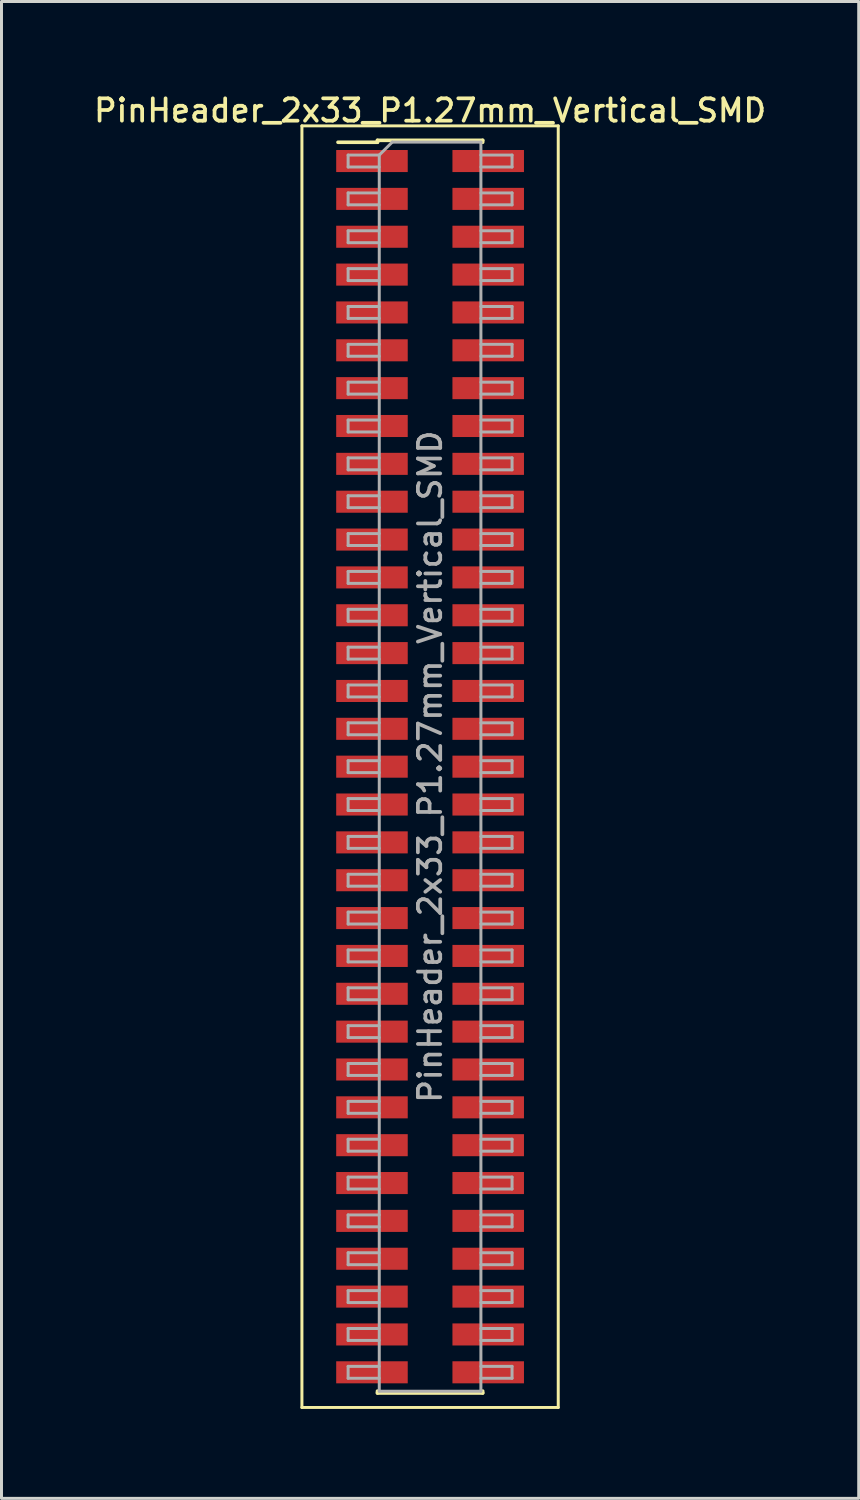
<source format=kicad_pcb>
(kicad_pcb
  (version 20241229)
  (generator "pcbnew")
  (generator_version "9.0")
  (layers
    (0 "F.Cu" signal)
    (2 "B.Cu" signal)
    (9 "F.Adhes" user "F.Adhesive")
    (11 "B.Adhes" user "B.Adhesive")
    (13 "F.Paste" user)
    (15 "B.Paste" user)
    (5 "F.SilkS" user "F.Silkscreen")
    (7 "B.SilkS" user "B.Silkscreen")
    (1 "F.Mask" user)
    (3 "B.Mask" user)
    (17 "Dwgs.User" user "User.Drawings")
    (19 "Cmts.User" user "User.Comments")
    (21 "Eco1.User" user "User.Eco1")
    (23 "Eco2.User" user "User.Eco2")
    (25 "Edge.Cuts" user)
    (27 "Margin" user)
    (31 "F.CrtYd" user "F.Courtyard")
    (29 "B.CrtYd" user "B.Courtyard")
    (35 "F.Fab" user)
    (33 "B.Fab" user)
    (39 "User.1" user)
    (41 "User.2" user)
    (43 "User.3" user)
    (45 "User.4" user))
  (footprint "PinHeader_2x33_P1.27mm_Vertical_SMD"
    (layer "F.Cu")
    (at 11.38 22.673)
    (property "Reference" "PinHeader_2x33_P1.27mm_Vertical_SMD" (at 0 -22.015 0) (layer "F.SilkS") (effects (font (size 0.75 0.75) (thickness 0.125))))
    (attr smd)
    (fp_line (start -4.3 -21.5) (end -4.3 21.5) (stroke (width 0.1) (type solid)) (layer "F.SilkS"))
    (fp_line (start -4.3 21.5) (end 4.3 21.5) (stroke (width 0.1) (type solid)) (layer "F.SilkS"))
    (fp_line (start -3.09 -20.95) (end -1.765 -20.95) (stroke (width 0.12) (type solid)) (layer "F.SilkS"))
    (fp_line (start -1.765 -21.015) (end -1.765 -20.95) (stroke (width 0.12) (type solid)) (layer "F.SilkS"))
    (fp_line (start -1.765 -21.015) (end 1.765 -21.015) (stroke (width 0.12) (type solid)) (layer "F.SilkS"))
    (fp_line (start -1.765 20.95) (end -1.765 21.015) (stroke (width 0.12) (type solid)) (layer "F.SilkS"))
    (fp_line (start -1.765 21.015) (end 1.765 21.015) (stroke (width 0.12) (type solid)) (layer "F.SilkS"))
    (fp_line (start 1.765 -21.015) (end 1.765 -20.95) (stroke (width 0.12) (type solid)) (layer "F.SilkS"))
    (fp_line (start 1.765 20.95) (end 1.765 21.015) (stroke (width 0.12) (type solid)) (layer "F.SilkS"))
    (fp_line (start 4.3 -21.5) (end -4.3 -21.5) (stroke (width 0.1) (type solid)) (layer "F.SilkS"))
    (fp_line (start 4.3 21.5) (end 4.3 -21.5) (stroke (width 0.1) (type solid)) (layer "F.SilkS"))
    (fp_line (start -2.75 -20.52) (end -2.75 -20.12) (stroke (width 0.1) (type solid)) (layer "F.Fab"))
    (fp_line (start -2.75 -20.12) (end -1.705 -20.12) (stroke (width 0.1) (type solid)) (layer "F.Fab"))
    (fp_line (start -2.75 -19.25) (end -2.75 -18.85) (stroke (width 0.1) (type solid)) (layer "F.Fab"))
    (fp_line (start -2.75 -18.85) (end -1.705 -18.85) (stroke (width 0.1) (type solid)) (layer "F.Fab"))
    (fp_line (start -2.75 -17.98) (end -2.75 -17.58) (stroke (width 0.1) (type solid)) (layer "F.Fab"))
    (fp_line (start -2.75 -17.58) (end -1.705 -17.58) (stroke (width 0.1) (type solid)) (layer "F.Fab"))
    (fp_line (start -2.75 -16.71) (end -2.75 -16.31) (stroke (width 0.1) (type solid)) (layer "F.Fab"))
    (fp_line (start -2.75 -16.31) (end -1.705 -16.31) (stroke (width 0.1) (type solid)) (layer "F.Fab"))
    (fp_line (start -2.75 -15.44) (end -2.75 -15.04) (stroke (width 0.1) (type solid)) (layer "F.Fab"))
    (fp_line (start -2.75 -15.04) (end -1.705 -15.04) (stroke (width 0.1) (type solid)) (layer "F.Fab"))
    (fp_line (start -2.75 -14.17) (end -2.75 -13.77) (stroke (width 0.1) (type solid)) (layer "F.Fab"))
    (fp_line (start -2.75 -13.77) (end -1.705 -13.77) (stroke (width 0.1) (type solid)) (layer "F.Fab"))
    (fp_line (start -2.75 -12.9) (end -2.75 -12.5) (stroke (width 0.1) (type solid)) (layer "F.Fab"))
    (fp_line (start -2.75 -12.5) (end -1.705 -12.5) (stroke (width 0.1) (type solid)) (layer "F.Fab"))
    (fp_line (start -2.75 -11.63) (end -2.75 -11.23) (stroke (width 0.1) (type solid)) (layer "F.Fab"))
    (fp_line (start -2.75 -11.23) (end -1.705 -11.23) (stroke (width 0.1) (type solid)) (layer "F.Fab"))
    (fp_line (start -2.75 -10.36) (end -2.75 -9.96) (stroke (width 0.1) (type solid)) (layer "F.Fab"))
    (fp_line (start -2.75 -9.96) (end -1.705 -9.96) (stroke (width 0.1) (type solid)) (layer "F.Fab"))
    (fp_line (start -2.75 -9.09) (end -2.75 -8.69) (stroke (width 0.1) (type solid)) (layer "F.Fab"))
    (fp_line (start -2.75 -8.69) (end -1.705 -8.69) (stroke (width 0.1) (type solid)) (layer "F.Fab"))
    (fp_line (start -2.75 -7.82) (end -2.75 -7.42) (stroke (width 0.1) (type solid)) (layer "F.Fab"))
    (fp_line (start -2.75 -7.42) (end -1.705 -7.42) (stroke (width 0.1) (type solid)) (layer "F.Fab"))
    (fp_line (start -2.75 -6.55) (end -2.75 -6.15) (stroke (width 0.1) (type solid)) (layer "F.Fab"))
    (fp_line (start -2.75 -6.15) (end -1.705 -6.15) (stroke (width 0.1) (type solid)) (layer "F.Fab"))
    (fp_line (start -2.75 -5.28) (end -2.75 -4.88) (stroke (width 0.1) (type solid)) (layer "F.Fab"))
    (fp_line (start -2.75 -4.88) (end -1.705 -4.88) (stroke (width 0.1) (type solid)) (layer "F.Fab"))
    (fp_line (start -2.75 -4.01) (end -2.75 -3.61) (stroke (width 0.1) (type solid)) (layer "F.Fab"))
    (fp_line (start -2.75 -3.61) (end -1.705 -3.61) (stroke (width 0.1) (type solid)) (layer "F.Fab"))
    (fp_line (start -2.75 -2.74) (end -2.75 -2.34) (stroke (width 0.1) (type solid)) (layer "F.Fab"))
    (fp_line (start -2.75 -2.34) (end -1.705 -2.34) (stroke (width 0.1) (type solid)) (layer "F.Fab"))
    (fp_line (start -2.75 -1.47) (end -2.75 -1.07) (stroke (width 0.1) (type solid)) (layer "F.Fab"))
    (fp_line (start -2.75 -1.07) (end -1.705 -1.07) (stroke (width 0.1) (type solid)) (layer "F.Fab"))
    (fp_line (start -2.75 -0.2) (end -2.75 0.2) (stroke (width 0.1) (type solid)) (layer "F.Fab"))
    (fp_line (start -2.75 0.2) (end -1.705 0.2) (stroke (width 0.1) (type solid)) (layer "F.Fab"))
    (fp_line (start -2.75 1.07) (end -2.75 1.47) (stroke (width 0.1) (type solid)) (layer "F.Fab"))
    (fp_line (start -2.75 1.47) (end -1.705 1.47) (stroke (width 0.1) (type solid)) (layer "F.Fab"))
    (fp_line (start -2.75 2.34) (end -2.75 2.74) (stroke (width 0.1) (type solid)) (layer "F.Fab"))
    (fp_line (start -2.75 2.74) (end -1.705 2.74) (stroke (width 0.1) (type solid)) (layer "F.Fab"))
    (fp_line (start -2.75 3.61) (end -2.75 4.01) (stroke (width 0.1) (type solid)) (layer "F.Fab"))
    (fp_line (start -2.75 4.01) (end -1.705 4.01) (stroke (width 0.1) (type solid)) (layer "F.Fab"))
    (fp_line (start -2.75 4.88) (end -2.75 5.28) (stroke (width 0.1) (type solid)) (layer "F.Fab"))
    (fp_line (start -2.75 5.28) (end -1.705 5.28) (stroke (width 0.1) (type solid)) (layer "F.Fab"))
    (fp_line (start -2.75 6.15) (end -2.75 6.55) (stroke (width 0.1) (type solid)) (layer "F.Fab"))
    (fp_line (start -2.75 6.55) (end -1.705 6.55) (stroke (width 0.1) (type solid)) (layer "F.Fab"))
    (fp_line (start -2.75 7.42) (end -2.75 7.82) (stroke (width 0.1) (type solid)) (layer "F.Fab"))
    (fp_line (start -2.75 7.82) (end -1.705 7.82) (stroke (width 0.1) (type solid)) (layer "F.Fab"))
    (fp_line (start -2.75 8.69) (end -2.75 9.09) (stroke (width 0.1) (type solid)) (layer "F.Fab"))
    (fp_line (start -2.75 9.09) (end -1.705 9.09) (stroke (width 0.1) (type solid)) (layer "F.Fab"))
    (fp_line (start -2.75 9.96) (end -2.75 10.36) (stroke (width 0.1) (type solid)) (layer "F.Fab"))
    (fp_line (start -2.75 10.36) (end -1.705 10.36) (stroke (width 0.1) (type solid)) (layer "F.Fab"))
    (fp_line (start -2.75 11.23) (end -2.75 11.63) (stroke (width 0.1) (type solid)) (layer "F.Fab"))
    (fp_line (start -2.75 11.63) (end -1.705 11.63) (stroke (width 0.1) (type solid)) (layer "F.Fab"))
    (fp_line (start -2.75 12.5) (end -2.75 12.9) (stroke (width 0.1) (type solid)) (layer "F.Fab"))
    (fp_line (start -2.75 12.9) (end -1.705 12.9) (stroke (width 0.1) (type solid)) (layer "F.Fab"))
    (fp_line (start -2.75 13.77) (end -2.75 14.17) (stroke (width 0.1) (type solid)) (layer "F.Fab"))
    (fp_line (start -2.75 14.17) (end -1.705 14.17) (stroke (width 0.1) (type solid)) (layer "F.Fab"))
    (fp_line (start -2.75 15.04) (end -2.75 15.44) (stroke (width 0.1) (type solid)) (layer "F.Fab"))
    (fp_line (start -2.75 15.44) (end -1.705 15.44) (stroke (width 0.1) (type solid)) (layer "F.Fab"))
    (fp_line (start -2.75 16.31) (end -2.75 16.71) (stroke (width 0.1) (type solid)) (layer "F.Fab"))
    (fp_line (start -2.75 16.71) (end -1.705 16.71) (stroke (width 0.1) (type solid)) (layer "F.Fab"))
    (fp_line (start -2.75 17.58) (end -2.75 17.98) (stroke (width 0.1) (type solid)) (layer "F.Fab"))
    (fp_line (start -2.75 17.98) (end -1.705 17.98) (stroke (width 0.1) (type solid)) (layer "F.Fab"))
    (fp_line (start -2.75 18.85) (end -2.75 19.25) (stroke (width 0.1) (type solid)) (layer "F.Fab"))
    (fp_line (start -2.75 19.25) (end -1.705 19.25) (stroke (width 0.1) (type solid)) (layer "F.Fab"))
    (fp_line (start -2.75 20.12) (end -2.75 20.52) (stroke (width 0.1) (type solid)) (layer "F.Fab"))
    (fp_line (start -2.75 20.52) (end -1.705 20.52) (stroke (width 0.1) (type solid)) (layer "F.Fab"))
    (fp_line (start -1.705 -20.52) (end -2.75 -20.52) (stroke (width 0.1) (type solid)) (layer "F.Fab"))
    (fp_line (start -1.705 -20.52) (end -1.27 -20.955) (stroke (width 0.1) (type solid)) (layer "F.Fab"))
    (fp_line (start -1.705 -19.25) (end -2.75 -19.25) (stroke (width 0.1) (type solid)) (layer "F.Fab"))
    (fp_line (start -1.705 -17.98) (end -2.75 -17.98) (stroke (width 0.1) (type solid)) (layer "F.Fab"))
    (fp_line (start -1.705 -16.71) (end -2.75 -16.71) (stroke (width 0.1) (type solid)) (layer "F.Fab"))
    (fp_line (start -1.705 -15.44) (end -2.75 -15.44) (stroke (width 0.1) (type solid)) (layer "F.Fab"))
    (fp_line (start -1.705 -14.17) (end -2.75 -14.17) (stroke (width 0.1) (type solid)) (layer "F.Fab"))
    (fp_line (start -1.705 -12.9) (end -2.75 -12.9) (stroke (width 0.1) (type solid)) (layer "F.Fab"))
    (fp_line (start -1.705 -11.63) (end -2.75 -11.63) (stroke (width 0.1) (type solid)) (layer "F.Fab"))
    (fp_line (start -1.705 -10.36) (end -2.75 -10.36) (stroke (width 0.1) (type solid)) (layer "F.Fab"))
    (fp_line (start -1.705 -9.09) (end -2.75 -9.09) (stroke (width 0.1) (type solid)) (layer "F.Fab"))
    (fp_line (start -1.705 -7.82) (end -2.75 -7.82) (stroke (width 0.1) (type solid)) (layer "F.Fab"))
    (fp_line (start -1.705 -6.55) (end -2.75 -6.55) (stroke (width 0.1) (type solid)) (layer "F.Fab"))
    (fp_line (start -1.705 -5.28) (end -2.75 -5.28) (stroke (width 0.1) (type solid)) (layer "F.Fab"))
    (fp_line (start -1.705 -4.01) (end -2.75 -4.01) (stroke (width 0.1) (type solid)) (layer "F.Fab"))
    (fp_line (start -1.705 -2.74) (end -2.75 -2.74) (stroke (width 0.1) (type solid)) (layer "F.Fab"))
    (fp_line (start -1.705 -1.47) (end -2.75 -1.47) (stroke (width 0.1) (type solid)) (layer "F.Fab"))
    (fp_line (start -1.705 -0.2) (end -2.75 -0.2) (stroke (width 0.1) (type solid)) (layer "F.Fab"))
    (fp_line (start -1.705 1.07) (end -2.75 1.07) (stroke (width 0.1) (type solid)) (layer "F.Fab"))
    (fp_line (start -1.705 2.34) (end -2.75 2.34) (stroke (width 0.1) (type solid)) (layer "F.Fab"))
    (fp_line (start -1.705 3.61) (end -2.75 3.61) (stroke (width 0.1) (type solid)) (layer "F.Fab"))
    (fp_line (start -1.705 4.88) (end -2.75 4.88) (stroke (width 0.1) (type solid)) (layer "F.Fab"))
    (fp_line (start -1.705 6.15) (end -2.75 6.15) (stroke (width 0.1) (type solid)) (layer "F.Fab"))
    (fp_line (start -1.705 7.42) (end -2.75 7.42) (stroke (width 0.1) (type solid)) (layer "F.Fab"))
    (fp_line (start -1.705 8.69) (end -2.75 8.69) (stroke (width 0.1) (type solid)) (layer "F.Fab"))
    (fp_line (start -1.705 9.96) (end -2.75 9.96) (stroke (width 0.1) (type solid)) (layer "F.Fab"))
    (fp_line (start -1.705 11.23) (end -2.75 11.23) (stroke (width 0.1) (type solid)) (layer "F.Fab"))
    (fp_line (start -1.705 12.5) (end -2.75 12.5) (stroke (width 0.1) (type solid)) (layer "F.Fab"))
    (fp_line (start -1.705 13.77) (end -2.75 13.77) (stroke (width 0.1) (type solid)) (layer "F.Fab"))
    (fp_line (start -1.705 15.04) (end -2.75 15.04) (stroke (width 0.1) (type solid)) (layer "F.Fab"))
    (fp_line (start -1.705 16.31) (end -2.75 16.31) (stroke (width 0.1) (type solid)) (layer "F.Fab"))
    (fp_line (start -1.705 17.58) (end -2.75 17.58) (stroke (width 0.1) (type solid)) (layer "F.Fab"))
    (fp_line (start -1.705 18.85) (end -2.75 18.85) (stroke (width 0.1) (type solid)) (layer "F.Fab"))
    (fp_line (start -1.705 20.12) (end -2.75 20.12) (stroke (width 0.1) (type solid)) (layer "F.Fab"))
    (fp_line (start -1.705 20.955) (end -1.705 -20.52) (stroke (width 0.1) (type solid)) (layer "F.Fab"))
    (fp_line (start -1.27 -20.955) (end 1.705 -20.955) (stroke (width 0.1) (type solid)) (layer "F.Fab"))
    (fp_line (start 1.705 -20.955) (end 1.705 20.955) (stroke (width 0.1) (type solid)) (layer "F.Fab"))
    (fp_line (start 1.705 -20.52) (end 2.75 -20.52) (stroke (width 0.1) (type solid)) (layer "F.Fab"))
    (fp_line (start 1.705 -19.25) (end 2.75 -19.25) (stroke (width 0.1) (type solid)) (layer "F.Fab"))
    (fp_line (start 1.705 -17.98) (end 2.75 -17.98) (stroke (width 0.1) (type solid)) (layer "F.Fab"))
    (fp_line (start 1.705 -16.71) (end 2.75 -16.71) (stroke (width 0.1) (type solid)) (layer "F.Fab"))
    (fp_line (start 1.705 -15.44) (end 2.75 -15.44) (stroke (width 0.1) (type solid)) (layer "F.Fab"))
    (fp_line (start 1.705 -14.17) (end 2.75 -14.17) (stroke (width 0.1) (type solid)) (layer "F.Fab"))
    (fp_line (start 1.705 -12.9) (end 2.75 -12.9) (stroke (width 0.1) (type solid)) (layer "F.Fab"))
    (fp_line (start 1.705 -11.63) (end 2.75 -11.63) (stroke (width 0.1) (type solid)) (layer "F.Fab"))
    (fp_line (start 1.705 -10.36) (end 2.75 -10.36) (stroke (width 0.1) (type solid)) (layer "F.Fab"))
    (fp_line (start 1.705 -9.09) (end 2.75 -9.09) (stroke (width 0.1) (type solid)) (layer "F.Fab"))
    (fp_line (start 1.705 -7.82) (end 2.75 -7.82) (stroke (width 0.1) (type solid)) (layer "F.Fab"))
    (fp_line (start 1.705 -6.55) (end 2.75 -6.55) (stroke (width 0.1) (type solid)) (layer "F.Fab"))
    (fp_line (start 1.705 -5.28) (end 2.75 -5.28) (stroke (width 0.1) (type solid)) (layer "F.Fab"))
    (fp_line (start 1.705 -4.01) (end 2.75 -4.01) (stroke (width 0.1) (type solid)) (layer "F.Fab"))
    (fp_line (start 1.705 -2.74) (end 2.75 -2.74) (stroke (width 0.1) (type solid)) (layer "F.Fab"))
    (fp_line (start 1.705 -1.47) (end 2.75 -1.47) (stroke (width 0.1) (type solid)) (layer "F.Fab"))
    (fp_line (start 1.705 -0.2) (end 2.75 -0.2) (stroke (width 0.1) (type solid)) (layer "F.Fab"))
    (fp_line (start 1.705 1.07) (end 2.75 1.07) (stroke (width 0.1) (type solid)) (layer "F.Fab"))
    (fp_line (start 1.705 2.34) (end 2.75 2.34) (stroke (width 0.1) (type solid)) (layer "F.Fab"))
    (fp_line (start 1.705 3.61) (end 2.75 3.61) (stroke (width 0.1) (type solid)) (layer "F.Fab"))
    (fp_line (start 1.705 4.88) (end 2.75 4.88) (stroke (width 0.1) (type solid)) (layer "F.Fab"))
    (fp_line (start 1.705 6.15) (end 2.75 6.15) (stroke (width 0.1) (type solid)) (layer "F.Fab"))
    (fp_line (start 1.705 7.42) (end 2.75 7.42) (stroke (width 0.1) (type solid)) (layer "F.Fab"))
    (fp_line (start 1.705 8.69) (end 2.75 8.69) (stroke (width 0.1) (type solid)) (layer "F.Fab"))
    (fp_line (start 1.705 9.96) (end 2.75 9.96) (stroke (width 0.1) (type solid)) (layer "F.Fab"))
    (fp_line (start 1.705 11.23) (end 2.75 11.23) (stroke (width 0.1) (type solid)) (layer "F.Fab"))
    (fp_line (start 1.705 12.5) (end 2.75 12.5) (stroke (width 0.1) (type solid)) (layer "F.Fab"))
    (fp_line (start 1.705 13.77) (end 2.75 13.77) (stroke (width 0.1) (type solid)) (layer "F.Fab"))
    (fp_line (start 1.705 15.04) (end 2.75 15.04) (stroke (width 0.1) (type solid)) (layer "F.Fab"))
    (fp_line (start 1.705 16.31) (end 2.75 16.31) (stroke (width 0.1) (type solid)) (layer "F.Fab"))
    (fp_line (start 1.705 17.58) (end 2.75 17.58) (stroke (width 0.1) (type solid)) (layer "F.Fab"))
    (fp_line (start 1.705 18.85) (end 2.75 18.85) (stroke (width 0.1) (type solid)) (layer "F.Fab"))
    (fp_line (start 1.705 20.12) (end 2.75 20.12) (stroke (width 0.1) (type solid)) (layer "F.Fab"))
    (fp_line (start 1.705 20.955) (end -1.705 20.955) (stroke (width 0.1) (type solid)) (layer "F.Fab"))
    (fp_line (start 2.75 -20.52) (end 2.75 -20.12) (stroke (width 0.1) (type solid)) (layer "F.Fab"))
    (fp_line (start 2.75 -20.12) (end 1.705 -20.12) (stroke (width 0.1) (type solid)) (layer "F.Fab"))
    (fp_line (start 2.75 -19.25) (end 2.75 -18.85) (stroke (width 0.1) (type solid)) (layer "F.Fab"))
    (fp_line (start 2.75 -18.85) (end 1.705 -18.85) (stroke (width 0.1) (type solid)) (layer "F.Fab"))
    (fp_line (start 2.75 -17.98) (end 2.75 -17.58) (stroke (width 0.1) (type solid)) (layer "F.Fab"))
    (fp_line (start 2.75 -17.58) (end 1.705 -17.58) (stroke (width 0.1) (type solid)) (layer "F.Fab"))
    (fp_line (start 2.75 -16.71) (end 2.75 -16.31) (stroke (width 0.1) (type solid)) (layer "F.Fab"))
    (fp_line (start 2.75 -16.31) (end 1.705 -16.31) (stroke (width 0.1) (type solid)) (layer "F.Fab"))
    (fp_line (start 2.75 -15.44) (end 2.75 -15.04) (stroke (width 0.1) (type solid)) (layer "F.Fab"))
    (fp_line (start 2.75 -15.04) (end 1.705 -15.04) (stroke (width 0.1) (type solid)) (layer "F.Fab"))
    (fp_line (start 2.75 -14.17) (end 2.75 -13.77) (stroke (width 0.1) (type solid)) (layer "F.Fab"))
    (fp_line (start 2.75 -13.77) (end 1.705 -13.77) (stroke (width 0.1) (type solid)) (layer "F.Fab"))
    (fp_line (start 2.75 -12.9) (end 2.75 -12.5) (stroke (width 0.1) (type solid)) (layer "F.Fab"))
    (fp_line (start 2.75 -12.5) (end 1.705 -12.5) (stroke (width 0.1) (type solid)) (layer "F.Fab"))
    (fp_line (start 2.75 -11.63) (end 2.75 -11.23) (stroke (width 0.1) (type solid)) (layer "F.Fab"))
    (fp_line (start 2.75 -11.23) (end 1.705 -11.23) (stroke (width 0.1) (type solid)) (layer "F.Fab"))
    (fp_line (start 2.75 -10.36) (end 2.75 -9.96) (stroke (width 0.1) (type solid)) (layer "F.Fab"))
    (fp_line (start 2.75 -9.96) (end 1.705 -9.96) (stroke (width 0.1) (type solid)) (layer "F.Fab"))
    (fp_line (start 2.75 -9.09) (end 2.75 -8.69) (stroke (width 0.1) (type solid)) (layer "F.Fab"))
    (fp_line (start 2.75 -8.69) (end 1.705 -8.69) (stroke (width 0.1) (type solid)) (layer "F.Fab"))
    (fp_line (start 2.75 -7.82) (end 2.75 -7.42) (stroke (width 0.1) (type solid)) (layer "F.Fab"))
    (fp_line (start 2.75 -7.42) (end 1.705 -7.42) (stroke (width 0.1) (type solid)) (layer "F.Fab"))
    (fp_line (start 2.75 -6.55) (end 2.75 -6.15) (stroke (width 0.1) (type solid)) (layer "F.Fab"))
    (fp_line (start 2.75 -6.15) (end 1.705 -6.15) (stroke (width 0.1) (type solid)) (layer "F.Fab"))
    (fp_line (start 2.75 -5.28) (end 2.75 -4.88) (stroke (width 0.1) (type solid)) (layer "F.Fab"))
    (fp_line (start 2.75 -4.88) (end 1.705 -4.88) (stroke (width 0.1) (type solid)) (layer "F.Fab"))
    (fp_line (start 2.75 -4.01) (end 2.75 -3.61) (stroke (width 0.1) (type solid)) (layer "F.Fab"))
    (fp_line (start 2.75 -3.61) (end 1.705 -3.61) (stroke (width 0.1) (type solid)) (layer "F.Fab"))
    (fp_line (start 2.75 -2.74) (end 2.75 -2.34) (stroke (width 0.1) (type solid)) (layer "F.Fab"))
    (fp_line (start 2.75 -2.34) (end 1.705 -2.34) (stroke (width 0.1) (type solid)) (layer "F.Fab"))
    (fp_line (start 2.75 -1.47) (end 2.75 -1.07) (stroke (width 0.1) (type solid)) (layer "F.Fab"))
    (fp_line (start 2.75 -1.07) (end 1.705 -1.07) (stroke (width 0.1) (type solid)) (layer "F.Fab"))
    (fp_line (start 2.75 -0.2) (end 2.75 0.2) (stroke (width 0.1) (type solid)) (layer "F.Fab"))
    (fp_line (start 2.75 0.2) (end 1.705 0.2) (stroke (width 0.1) (type solid)) (layer "F.Fab"))
    (fp_line (start 2.75 1.07) (end 2.75 1.47) (stroke (width 0.1) (type solid)) (layer "F.Fab"))
    (fp_line (start 2.75 1.47) (end 1.705 1.47) (stroke (width 0.1) (type solid)) (layer "F.Fab"))
    (fp_line (start 2.75 2.34) (end 2.75 2.74) (stroke (width 0.1) (type solid)) (layer "F.Fab"))
    (fp_line (start 2.75 2.74) (end 1.705 2.74) (stroke (width 0.1) (type solid)) (layer "F.Fab"))
    (fp_line (start 2.75 3.61) (end 2.75 4.01) (stroke (width 0.1) (type solid)) (layer "F.Fab"))
    (fp_line (start 2.75 4.01) (end 1.705 4.01) (stroke (width 0.1) (type solid)) (layer "F.Fab"))
    (fp_line (start 2.75 4.88) (end 2.75 5.28) (stroke (width 0.1) (type solid)) (layer "F.Fab"))
    (fp_line (start 2.75 5.28) (end 1.705 5.28) (stroke (width 0.1) (type solid)) (layer "F.Fab"))
    (fp_line (start 2.75 6.15) (end 2.75 6.55) (stroke (width 0.1) (type solid)) (layer "F.Fab"))
    (fp_line (start 2.75 6.55) (end 1.705 6.55) (stroke (width 0.1) (type solid)) (layer "F.Fab"))
    (fp_line (start 2.75 7.42) (end 2.75 7.82) (stroke (width 0.1) (type solid)) (layer "F.Fab"))
    (fp_line (start 2.75 7.82) (end 1.705 7.82) (stroke (width 0.1) (type solid)) (layer "F.Fab"))
    (fp_line (start 2.75 8.69) (end 2.75 9.09) (stroke (width 0.1) (type solid)) (layer "F.Fab"))
    (fp_line (start 2.75 9.09) (end 1.705 9.09) (stroke (width 0.1) (type solid)) (layer "F.Fab"))
    (fp_line (start 2.75 9.96) (end 2.75 10.36) (stroke (width 0.1) (type solid)) (layer "F.Fab"))
    (fp_line (start 2.75 10.36) (end 1.705 10.36) (stroke (width 0.1) (type solid)) (layer "F.Fab"))
    (fp_line (start 2.75 11.23) (end 2.75 11.63) (stroke (width 0.1) (type solid)) (layer "F.Fab"))
    (fp_line (start 2.75 11.63) (end 1.705 11.63) (stroke (width 0.1) (type solid)) (layer "F.Fab"))
    (fp_line (start 2.75 12.5) (end 2.75 12.9) (stroke (width 0.1) (type solid)) (layer "F.Fab"))
    (fp_line (start 2.75 12.9) (end 1.705 12.9) (stroke (width 0.1) (type solid)) (layer "F.Fab"))
    (fp_line (start 2.75 13.77) (end 2.75 14.17) (stroke (width 0.1) (type solid)) (layer "F.Fab"))
    (fp_line (start 2.75 14.17) (end 1.705 14.17) (stroke (width 0.1) (type solid)) (layer "F.Fab"))
    (fp_line (start 2.75 15.04) (end 2.75 15.44) (stroke (width 0.1) (type solid)) (layer "F.Fab"))
    (fp_line (start 2.75 15.44) (end 1.705 15.44) (stroke (width 0.1) (type solid)) (layer "F.Fab"))
    (fp_line (start 2.75 16.31) (end 2.75 16.71) (stroke (width 0.1) (type solid)) (layer "F.Fab"))
    (fp_line (start 2.75 16.71) (end 1.705 16.71) (stroke (width 0.1) (type solid)) (layer "F.Fab"))
    (fp_line (start 2.75 17.58) (end 2.75 17.98) (stroke (width 0.1) (type solid)) (layer "F.Fab"))
    (fp_line (start 2.75 17.98) (end 1.705 17.98) (stroke (width 0.1) (type solid)) (layer "F.Fab"))
    (fp_line (start 2.75 18.85) (end 2.75 19.25) (stroke (width 0.1) (type solid)) (layer "F.Fab"))
    (fp_line (start 2.75 19.25) (end 1.705 19.25) (stroke (width 0.1) (type solid)) (layer "F.Fab"))
    (fp_line (start 2.75 20.12) (end 2.75 20.52) (stroke (width 0.1) (type solid)) (layer "F.Fab"))
    (fp_line (start 2.75 20.52) (end 1.705 20.52) (stroke (width 0.1) (type solid)) (layer "F.Fab"))
    (fp_text user "${REFERENCE}" (at 0 0 90) (layer "F.Fab") (effects (font (size 0.75 0.75) (thickness 0.125))))
    (pad "1" smd rect (at -1.95 -20.32) (size 2.4 0.74) (layers "F.Cu" "F.Mask" "F.Paste"))
    (pad "2" smd rect (at 1.95 -20.32) (size 2.4 0.74) (layers "F.Cu" "F.Mask" "F.Paste"))
    (pad "3" smd rect (at -1.95 -19.05) (size 2.4 0.74) (layers "F.Cu" "F.Mask" "F.Paste"))
    (pad "4" smd rect (at 1.95 -19.05) (size 2.4 0.74) (layers "F.Cu" "F.Mask" "F.Paste"))
    (pad "5" smd rect (at -1.95 -17.78) (size 2.4 0.74) (layers "F.Cu" "F.Mask" "F.Paste"))
    (pad "6" smd rect (at 1.95 -17.78) (size 2.4 0.74) (layers "F.Cu" "F.Mask" "F.Paste"))
    (pad "7" smd rect (at -1.95 -16.51) (size 2.4 0.74) (layers "F.Cu" "F.Mask" "F.Paste"))
    (pad "8" smd rect (at 1.95 -16.51) (size 2.4 0.74) (layers "F.Cu" "F.Mask" "F.Paste"))
    (pad "9" smd rect (at -1.95 -15.24) (size 2.4 0.74) (layers "F.Cu" "F.Mask" "F.Paste"))
    (pad "10" smd rect (at 1.95 -15.24) (size 2.4 0.74) (layers "F.Cu" "F.Mask" "F.Paste"))
    (pad "11" smd rect (at -1.95 -13.97) (size 2.4 0.74) (layers "F.Cu" "F.Mask" "F.Paste"))
    (pad "12" smd rect (at 1.95 -13.97) (size 2.4 0.74) (layers "F.Cu" "F.Mask" "F.Paste"))
    (pad "13" smd rect (at -1.95 -12.7) (size 2.4 0.74) (layers "F.Cu" "F.Mask" "F.Paste"))
    (pad "14" smd rect (at 1.95 -12.7) (size 2.4 0.74) (layers "F.Cu" "F.Mask" "F.Paste"))
    (pad "15" smd rect (at -1.95 -11.43) (size 2.4 0.74) (layers "F.Cu" "F.Mask" "F.Paste"))
    (pad "16" smd rect (at 1.95 -11.43) (size 2.4 0.74) (layers "F.Cu" "F.Mask" "F.Paste"))
    (pad "17" smd rect (at -1.95 -10.16) (size 2.4 0.74) (layers "F.Cu" "F.Mask" "F.Paste"))
    (pad "18" smd rect (at 1.95 -10.16) (size 2.4 0.74) (layers "F.Cu" "F.Mask" "F.Paste"))
    (pad "19" smd rect (at -1.95 -8.89) (size 2.4 0.74) (layers "F.Cu" "F.Mask" "F.Paste"))
    (pad "20" smd rect (at 1.95 -8.89) (size 2.4 0.74) (layers "F.Cu" "F.Mask" "F.Paste"))
    (pad "21" smd rect (at -1.95 -7.62) (size 2.4 0.74) (layers "F.Cu" "F.Mask" "F.Paste"))
    (pad "22" smd rect (at 1.95 -7.62) (size 2.4 0.74) (layers "F.Cu" "F.Mask" "F.Paste"))
    (pad "23" smd rect (at -1.95 -6.35) (size 2.4 0.74) (layers "F.Cu" "F.Mask" "F.Paste"))
    (pad "24" smd rect (at 1.95 -6.35) (size 2.4 0.74) (layers "F.Cu" "F.Mask" "F.Paste"))
    (pad "25" smd rect (at -1.95 -5.08) (size 2.4 0.74) (layers "F.Cu" "F.Mask" "F.Paste"))
    (pad "26" smd rect (at 1.95 -5.08) (size 2.4 0.74) (layers "F.Cu" "F.Mask" "F.Paste"))
    (pad "27" smd rect (at -1.95 -3.81) (size 2.4 0.74) (layers "F.Cu" "F.Mask" "F.Paste"))
    (pad "28" smd rect (at 1.95 -3.81) (size 2.4 0.74) (layers "F.Cu" "F.Mask" "F.Paste"))
    (pad "29" smd rect (at -1.95 -2.54) (size 2.4 0.74) (layers "F.Cu" "F.Mask" "F.Paste"))
    (pad "30" smd rect (at 1.95 -2.54) (size 2.4 0.74) (layers "F.Cu" "F.Mask" "F.Paste"))
    (pad "31" smd rect (at -1.95 -1.27) (size 2.4 0.74) (layers "F.Cu" "F.Mask" "F.Paste"))
    (pad "32" smd rect (at 1.95 -1.27) (size 2.4 0.74) (layers "F.Cu" "F.Mask" "F.Paste"))
    (pad "33" smd rect (at -1.95 0) (size 2.4 0.74) (layers "F.Cu" "F.Mask" "F.Paste"))
    (pad "34" smd rect (at 1.95 0) (size 2.4 0.74) (layers "F.Cu" "F.Mask" "F.Paste"))
    (pad "35" smd rect (at -1.95 1.27) (size 2.4 0.74) (layers "F.Cu" "F.Mask" "F.Paste"))
    (pad "36" smd rect (at 1.95 1.27) (size 2.4 0.74) (layers "F.Cu" "F.Mask" "F.Paste"))
    (pad "37" smd rect (at -1.95 2.54) (size 2.4 0.74) (layers "F.Cu" "F.Mask" "F.Paste"))
    (pad "38" smd rect (at 1.95 2.54) (size 2.4 0.74) (layers "F.Cu" "F.Mask" "F.Paste"))
    (pad "39" smd rect (at -1.95 3.81) (size 2.4 0.74) (layers "F.Cu" "F.Mask" "F.Paste"))
    (pad "40" smd rect (at 1.95 3.81) (size 2.4 0.74) (layers "F.Cu" "F.Mask" "F.Paste"))
    (pad "41" smd rect (at -1.95 5.08) (size 2.4 0.74) (layers "F.Cu" "F.Mask" "F.Paste"))
    (pad "42" smd rect (at 1.95 5.08) (size 2.4 0.74) (layers "F.Cu" "F.Mask" "F.Paste"))
    (pad "43" smd rect (at -1.95 6.35) (size 2.4 0.74) (layers "F.Cu" "F.Mask" "F.Paste"))
    (pad "44" smd rect (at 1.95 6.35) (size 2.4 0.74) (layers "F.Cu" "F.Mask" "F.Paste"))
    (pad "45" smd rect (at -1.95 7.62) (size 2.4 0.74) (layers "F.Cu" "F.Mask" "F.Paste"))
    (pad "46" smd rect (at 1.95 7.62) (size 2.4 0.74) (layers "F.Cu" "F.Mask" "F.Paste"))
    (pad "47" smd rect (at -1.95 8.89) (size 2.4 0.74) (layers "F.Cu" "F.Mask" "F.Paste"))
    (pad "48" smd rect (at 1.95 8.89) (size 2.4 0.74) (layers "F.Cu" "F.Mask" "F.Paste"))
    (pad "49" smd rect (at -1.95 10.16) (size 2.4 0.74) (layers "F.Cu" "F.Mask" "F.Paste"))
    (pad "50" smd rect (at 1.95 10.16) (size 2.4 0.74) (layers "F.Cu" "F.Mask" "F.Paste"))
    (pad "51" smd rect (at -1.95 11.43) (size 2.4 0.74) (layers "F.Cu" "F.Mask" "F.Paste"))
    (pad "52" smd rect (at 1.95 11.43) (size 2.4 0.74) (layers "F.Cu" "F.Mask" "F.Paste"))
    (pad "53" smd rect (at -1.95 12.7) (size 2.4 0.74) (layers "F.Cu" "F.Mask" "F.Paste"))
    (pad "54" smd rect (at 1.95 12.7) (size 2.4 0.74) (layers "F.Cu" "F.Mask" "F.Paste"))
    (pad "55" smd rect (at -1.95 13.97) (size 2.4 0.74) (layers "F.Cu" "F.Mask" "F.Paste"))
    (pad "56" smd rect (at 1.95 13.97) (size 2.4 0.74) (layers "F.Cu" "F.Mask" "F.Paste"))
    (pad "57" smd rect (at -1.95 15.24) (size 2.4 0.74) (layers "F.Cu" "F.Mask" "F.Paste"))
    (pad "58" smd rect (at 1.95 15.24) (size 2.4 0.74) (layers "F.Cu" "F.Mask" "F.Paste"))
    (pad "59" smd rect (at -1.95 16.51) (size 2.4 0.74) (layers "F.Cu" "F.Mask" "F.Paste"))
    (pad "60" smd rect (at 1.95 16.51) (size 2.4 0.74) (layers "F.Cu" "F.Mask" "F.Paste"))
    (pad "61" smd rect (at -1.95 17.78) (size 2.4 0.74) (layers "F.Cu" "F.Mask" "F.Paste"))
    (pad "62" smd rect (at 1.95 17.78) (size 2.4 0.74) (layers "F.Cu" "F.Mask" "F.Paste"))
    (pad "63" smd rect (at -1.95 19.05) (size 2.4 0.74) (layers "F.Cu" "F.Mask" "F.Paste"))
    (pad "64" smd rect (at 1.95 19.05) (size 2.4 0.74) (layers "F.Cu" "F.Mask" "F.Paste"))
    (pad "65" smd rect (at -1.95 20.32) (size 2.4 0.74) (layers "F.Cu" "F.Mask" "F.Paste"))
    (pad "66" smd rect (at 1.95 20.32) (size 2.4 0.74) (layers "F.Cu" "F.Mask" "F.Paste")))
  (gr_rect
    (start -3 -3)
    (end 25.761 47.223)
    (stroke (width 0.1) (type default))
    (fill no)
    (layer "Edge.Cuts")))
</source>
